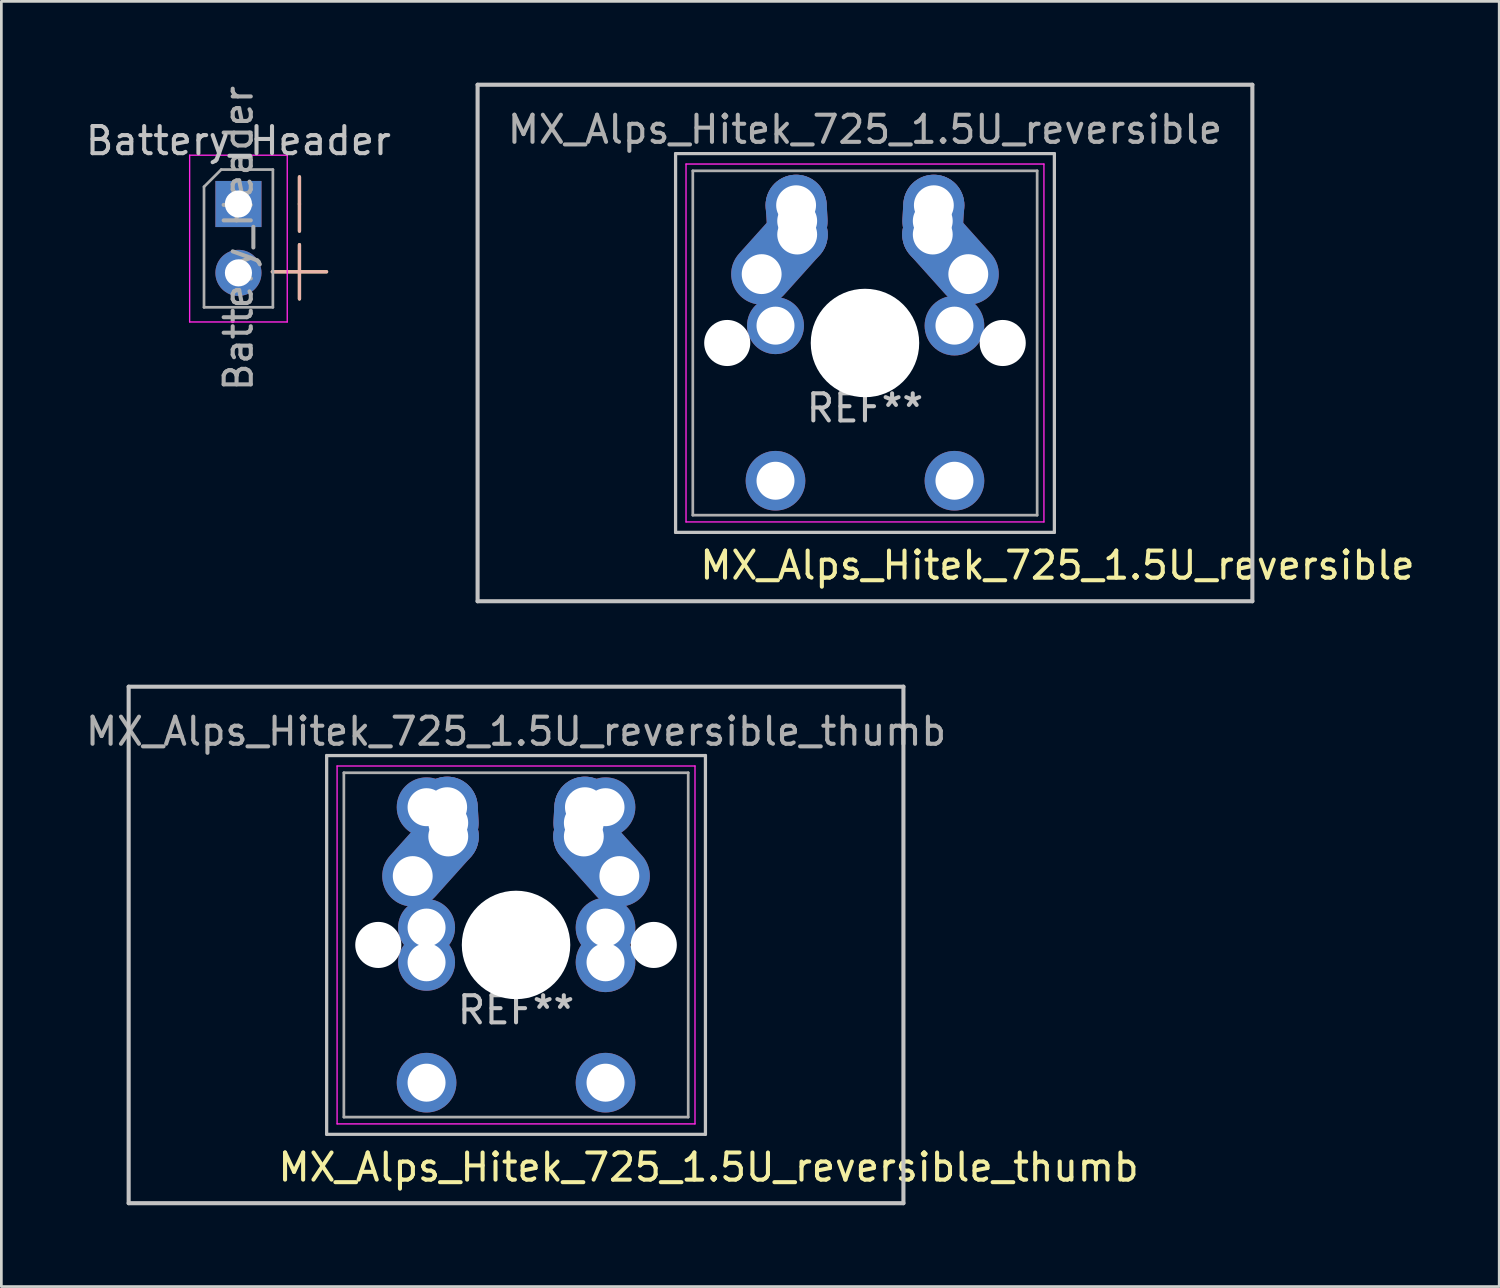
<source format=kicad_pcb>
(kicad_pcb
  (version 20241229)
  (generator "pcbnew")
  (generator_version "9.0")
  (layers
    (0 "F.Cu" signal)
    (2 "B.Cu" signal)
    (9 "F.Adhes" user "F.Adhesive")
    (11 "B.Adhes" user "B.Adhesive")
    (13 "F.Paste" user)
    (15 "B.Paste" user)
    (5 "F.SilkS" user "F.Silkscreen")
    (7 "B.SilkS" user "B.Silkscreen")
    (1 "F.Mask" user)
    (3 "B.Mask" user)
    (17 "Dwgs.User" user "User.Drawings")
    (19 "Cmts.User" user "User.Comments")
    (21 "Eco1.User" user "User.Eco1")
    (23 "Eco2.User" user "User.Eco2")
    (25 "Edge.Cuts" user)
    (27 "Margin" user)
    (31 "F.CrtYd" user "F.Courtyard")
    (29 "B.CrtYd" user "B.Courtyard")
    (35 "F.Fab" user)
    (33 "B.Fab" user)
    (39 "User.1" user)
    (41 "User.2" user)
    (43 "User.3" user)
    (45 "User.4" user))
  (footprint "MX_Alps_Hitek_725_1.5U_reversible_thumb"
    (layer "F.Cu")
    (at 15.982 31.8)
    (property "Reference" "MX_Alps_Hitek_725_1.5U_reversible_thumb" (at 7.1 8.2 180) (layer "F.SilkS") (effects (font (size 1 1) (thickness 0.15))))
    (attr through_hole)
    (fp_line (start -14.287 -9.525) (end 14.287 -9.525) (stroke (width 0.15) (type solid)) (layer "Dwgs.User"))
    (fp_line (start -14.287 9.525) (end -14.287 -9.525) (stroke (width 0.15) (type solid)) (layer "Dwgs.User"))
    (fp_line (start -6.985 -6.985) (end 6.985 -6.985) (stroke (width 0.12) (type solid)) (layer "Dwgs.User"))
    (fp_line (start -6.985 6.985) (end -6.985 -6.985) (stroke (width 0.12) (type solid)) (layer "Dwgs.User"))
    (fp_line (start 6.985 -6.985) (end 6.985 6.985) (stroke (width 0.12) (type solid)) (layer "Dwgs.User"))
    (fp_line (start 6.985 6.985) (end -6.985 6.985) (stroke (width 0.12) (type solid)) (layer "Dwgs.User"))
    (fp_line (start 14.287 -9.525) (end 14.287 9.525) (stroke (width 0.15) (type solid)) (layer "Dwgs.User"))
    (fp_line (start 14.287 9.525) (end -14.287 9.525) (stroke (width 0.15) (type solid)) (layer "Dwgs.User"))
    (fp_line (start -6.6 -6.6) (end 6.6 -6.6) (stroke (width 0.05) (type solid)) (layer "F.CrtYd"))
    (fp_line (start -6.6 6.6) (end -6.6 -6.6) (stroke (width 0.05) (type solid)) (layer "F.CrtYd"))
    (fp_line (start 6.6 -6.6) (end 6.6 6.6) (stroke (width 0.05) (type solid)) (layer "F.CrtYd"))
    (fp_line (start 6.6 6.6) (end -6.6 6.6) (stroke (width 0.05) (type solid)) (layer "F.CrtYd"))
    (fp_line (start -6.35 -6.35) (end 6.35 -6.35) (stroke (width 0.1) (type solid)) (layer "F.Fab"))
    (fp_line (start -6.35 6.35) (end -6.35 -6.35) (stroke (width 0.1) (type solid)) (layer "F.Fab"))
    (fp_line (start 6.35 -6.35) (end 6.35 6.35) (stroke (width 0.1) (type solid)) (layer "F.Fab"))
    (fp_line (start 6.35 6.35) (end -6.35 6.35) (stroke (width 0.1) (type solid)) (layer "F.Fab"))
    (fp_text user "REF**" (at 0 2.4 0) (layer "Dwgs.User") (effects (font (size 1 1) (thickness 0.15))))
    (fp_text user "${REFERENCE}" (at 0 -7.874 0) (layer "F.Fab") (effects (font (size 1 1) (thickness 0.15))))
    (pad "" np_thru_hole circle (at -5.08 0) (size 1.7 1.7) (drill 1.7) (layers "*.Cu" "*.Mask"))
    (pad "" np_thru_hole circle (at 0 0) (size 4 4) (drill 4) (layers "*.Cu" "*.Mask"))
    (pad "" np_thru_hole circle (at 5.08 0) (size 1.7 1.7) (drill 1.7) (layers "*.Cu" "*.Mask"))
    (pad "1" thru_hole oval (at 2.5 -4.5 86.1) (size 2.831 2.25) (drill 1.47 (offset 0.291 0)) (layers "*.Cu" "*.Mask"))
    (pad "1" thru_hole circle (at 2.5 -4) (size 2.25 2.25) (drill 1.47) (layers "*.Cu" "*.Mask"))
    (pad "1" thru_hole circle (at 2.54 -5.08) (size 2.25 2.25) (drill 1.47) (layers "*.Cu" "*.Mask"))
    (pad "1" thru_hole circle (at 3.3 -5.08 180) (size 2.2 2.2) (drill 1.4) (layers "*.Cu" "*.Mask"))
    (pad "1" thru_hole circle (at 3.3 -0.64) (size 2.2 2.2) (drill 1.4) (layers "*.Cu" "*.Mask"))
    (pad "1" thru_hole circle (at 3.3 0.64 180) (size 2.2 2.2) (drill 1.4) (layers "*.Cu" "*.Mask"))
    (pad "1" thru_hole circle (at 3.3 5.08) (size 2.2 2.2) (drill 1.4) (layers "*.Cu" "*.Mask"))
    (pad "1" thru_hole oval (at 3.81 -2.54 311.9) (size 4.212 2.25) (drill 1.47 (offset -0.981 0)) (layers "*.Cu" "*.Mask"))
    (pad "2" thru_hole oval (at -3.81 -2.54 48.1) (size 4.212 2.25) (drill 1.47 (offset 0.981 0)) (layers "*.Cu" "*.Mask"))
    (pad "2" thru_hole circle (at -3.3 -5.08 180) (size 2.2 2.2) (drill 1.4) (layers "*.Cu" "*.Mask"))
    (pad "2" thru_hole circle (at -3.3 -0.64) (size 2.1 2.1) (drill 1.4) (layers "*.Cu" "*.Mask"))
    (pad "2" thru_hole circle (at -3.3 0.64 180) (size 2.1 2.1) (drill 1.4) (layers "*.Cu" "*.Mask"))
    (pad "2" thru_hole circle (at -3.3 5.08) (size 2.2 2.2) (drill 1.4) (layers "*.Cu" "*.Mask"))
    (pad "2" thru_hole circle (at -2.54 -5.08) (size 2.25 2.25) (drill 1.47) (layers "*.Cu" "*.Mask"))
    (pad "2" thru_hole oval (at -2.5 -4.5 273.9) (size 2.831 2.25) (drill 1.47 (offset -0.291 0)) (layers "*.Cu" "*.Mask"))
    (pad "2" thru_hole circle (at -2.5 -4) (size 2.25 2.25) (drill 1.47) (layers "*.Cu" "*.Mask")))
  (footprint "Battery_Header"
    (layer "F.Cu")
    (at 5.744 4.474)
    (property "Reference" "Battery_Header" (at 0 -2.33 180) (layer "Dwgs.User") (effects (font (size 1 1) (thickness 0.15))))
    (attr through_hole)
    (fp_line (start 2.25 0) (end 2.25 -1) (stroke (width 0.12) (type solid)) (layer "F.SilkS"))
    (fp_line (start 2.25 0) (end 2.25 1) (stroke (width 0.12) (type solid)) (layer "F.SilkS"))
    (fp_line (start 2.25 2.5) (end 1.25 2.5) (stroke (width 0.12) (type solid)) (layer "F.SilkS"))
    (fp_line (start 2.25 2.5) (end 2.25 1.5) (stroke (width 0.12) (type solid)) (layer "F.SilkS"))
    (fp_line (start 2.25 2.5) (end 2.25 3.5) (stroke (width 0.12) (type solid)) (layer "F.SilkS"))
    (fp_line (start 2.25 2.5) (end 3.25 2.5) (stroke (width 0.12) (type solid)) (layer "F.SilkS"))
    (fp_line (start 2.25 0) (end 2.25 -1) (stroke (width 0.12) (type solid)) (layer "B.SilkS"))
    (fp_line (start 2.25 0) (end 2.25 1) (stroke (width 0.12) (type solid)) (layer "B.SilkS"))
    (fp_line (start 2.25 2.5) (end 1.25 2.5) (stroke (width 0.12) (type solid)) (layer "B.SilkS"))
    (fp_line (start 2.25 2.5) (end 2.25 1.5) (stroke (width 0.12) (type solid)) (layer "B.SilkS"))
    (fp_line (start 2.25 2.5) (end 2.25 3.5) (stroke (width 0.12) (type solid)) (layer "B.SilkS"))
    (fp_line (start 2.25 2.5) (end 3.25 2.5) (stroke (width 0.12) (type solid)) (layer "B.SilkS"))
    (fp_line (start -1.8 -1.8) (end -1.8 4.35) (stroke (width 0.05) (type solid)) (layer "F.CrtYd"))
    (fp_line (start -1.8 4.35) (end 1.8 4.35) (stroke (width 0.05) (type solid)) (layer "F.CrtYd"))
    (fp_line (start 1.8 -1.8) (end -1.8 -1.8) (stroke (width 0.05) (type solid)) (layer "F.CrtYd"))
    (fp_line (start 1.8 4.35) (end 1.8 -1.8) (stroke (width 0.05) (type solid)) (layer "F.CrtYd"))
    (fp_line (start -1.27 -0.635) (end -0.635 -1.27) (stroke (width 0.1) (type solid)) (layer "F.Fab"))
    (fp_line (start -1.27 3.81) (end -1.27 -0.635) (stroke (width 0.1) (type solid)) (layer "F.Fab"))
    (fp_line (start -0.635 -1.27) (end 1.27 -1.27) (stroke (width 0.1) (type solid)) (layer "F.Fab"))
    (fp_line (start 1.27 -1.27) (end 1.27 3.81) (stroke (width 0.1) (type solid)) (layer "F.Fab"))
    (fp_line (start 1.27 3.81) (end -1.27 3.81) (stroke (width 0.1) (type solid)) (layer "F.Fab"))
    (fp_text user "${REFERENCE}" (at 0 1.27 90) (layer "F.Fab") (effects (font (size 1 1) (thickness 0.15))))
    (pad "1" thru_hole rect (at 0 0) (size 1.7 1.7) (drill 1) (layers "*.Cu" "*.Mask"))
    (pad "2" thru_hole oval (at 0 2.54) (size 1.7 1.7) (drill 1) (layers "*.Cu" "*.Mask")))
  (footprint "MX_Alps_Hitek_725_1.5U_reversible"
    (layer "F.Cu")
    (at 28.851 9.6)
    (property "Reference" "MX_Alps_Hitek_725_1.5U_reversible" (at 7.1 8.2 180) (layer "F.SilkS") (effects (font (size 1 1) (thickness 0.15))))
    (attr through_hole)
    (fp_line (start -14.287 -9.525) (end 14.287 -9.525) (stroke (width 0.15) (type solid)) (layer "Dwgs.User"))
    (fp_line (start -14.287 9.525) (end -14.287 -9.525) (stroke (width 0.15) (type solid)) (layer "Dwgs.User"))
    (fp_line (start -6.985 -6.985) (end 6.985 -6.985) (stroke (width 0.12) (type solid)) (layer "Dwgs.User"))
    (fp_line (start -6.985 6.985) (end -6.985 -6.985) (stroke (width 0.12) (type solid)) (layer "Dwgs.User"))
    (fp_line (start 6.985 -6.985) (end 6.985 6.985) (stroke (width 0.12) (type solid)) (layer "Dwgs.User"))
    (fp_line (start 6.985 6.985) (end -6.985 6.985) (stroke (width 0.12) (type solid)) (layer "Dwgs.User"))
    (fp_line (start 14.287 -9.525) (end 14.287 9.525) (stroke (width 0.15) (type solid)) (layer "Dwgs.User"))
    (fp_line (start 14.287 9.525) (end -14.287 9.525) (stroke (width 0.15) (type solid)) (layer "Dwgs.User"))
    (fp_line (start -6.6 -6.6) (end 6.6 -6.6) (stroke (width 0.05) (type solid)) (layer "F.CrtYd"))
    (fp_line (start -6.6 6.6) (end -6.6 -6.6) (stroke (width 0.05) (type solid)) (layer "F.CrtYd"))
    (fp_line (start 6.6 -6.6) (end 6.6 6.6) (stroke (width 0.05) (type solid)) (layer "F.CrtYd"))
    (fp_line (start 6.6 6.6) (end -6.6 6.6) (stroke (width 0.05) (type solid)) (layer "F.CrtYd"))
    (fp_line (start -6.35 -6.35) (end 6.35 -6.35) (stroke (width 0.1) (type solid)) (layer "F.Fab"))
    (fp_line (start -6.35 6.35) (end -6.35 -6.35) (stroke (width 0.1) (type solid)) (layer "F.Fab"))
    (fp_line (start 6.35 -6.35) (end 6.35 6.35) (stroke (width 0.1) (type solid)) (layer "F.Fab"))
    (fp_line (start 6.35 6.35) (end -6.35 6.35) (stroke (width 0.1) (type solid)) (layer "F.Fab"))
    (fp_text user "REF**" (at 0 2.4 0) (layer "Dwgs.User") (effects (font (size 1 1) (thickness 0.15))))
    (fp_text user "${REFERENCE}" (at 0 -7.874 0) (layer "F.Fab") (effects (font (size 1 1) (thickness 0.15))))
    (pad "" np_thru_hole circle (at -5.08 0) (size 1.7 1.7) (drill 1.7) (layers "*.Cu" "*.Mask"))
    (pad "" np_thru_hole circle (at 0 0) (size 4 4) (drill 4) (layers "*.Cu" "*.Mask"))
    (pad "" np_thru_hole circle (at 5.08 0) (size 1.7 1.7) (drill 1.7) (layers "*.Cu" "*.Mask"))
    (pad "1" thru_hole oval (at 2.5 -4.5 86.1) (size 2.831 2.25) (drill 1.47 (offset 0.291 0)) (layers "*.Cu" "*.Mask"))
    (pad "1" thru_hole circle (at 2.5 -4) (size 2.25 2.25) (drill 1.47) (layers "*.Cu" "*.Mask"))
    (pad "1" thru_hole circle (at 2.54 -5.08) (size 2.25 2.25) (drill 1.47) (layers "*.Cu" "*.Mask"))
    (pad "1" thru_hole circle (at 3.3 -0.64) (size 2.2 2.2) (drill 1.4) (layers "*.Cu" "*.Mask"))
    (pad "1" thru_hole circle (at 3.3 5.08) (size 2.2 2.2) (drill 1.4) (layers "*.Cu" "*.Mask"))
    (pad "1" thru_hole oval (at 3.81 -2.54 311.9) (size 4.212 2.25) (drill 1.47 (offset -0.981 0)) (layers "*.Cu" "*.Mask"))
    (pad "2" thru_hole oval (at -3.81 -2.54 48.1) (size 4.212 2.25) (drill 1.47 (offset 0.981 0)) (layers "*.Cu" "*.Mask"))
    (pad "2" thru_hole circle (at -3.3 -0.64) (size 2.1 2.1) (drill 1.4) (layers "*.Cu" "*.Mask"))
    (pad "2" thru_hole circle (at -3.3 5.08) (size 2.2 2.2) (drill 1.4) (layers "*.Cu" "*.Mask"))
    (pad "2" thru_hole circle (at -2.54 -5.08) (size 2.25 2.25) (drill 1.47) (layers "*.Cu" "*.Mask"))
    (pad "2" thru_hole oval (at -2.5 -4.5 273.9) (size 2.831 2.25) (drill 1.47 (offset -0.291 0)) (layers "*.Cu" "*.Mask"))
    (pad "2" thru_hole circle (at -2.5 -4) (size 2.25 2.25) (drill 1.47) (layers "*.Cu" "*.Mask")))
  (gr_rect
    (start -3 -3)
    (end 52.242 44.4)
    (stroke (width 0.1) (type default))
    (fill no)
    (layer "Edge.Cuts")))
</source>
